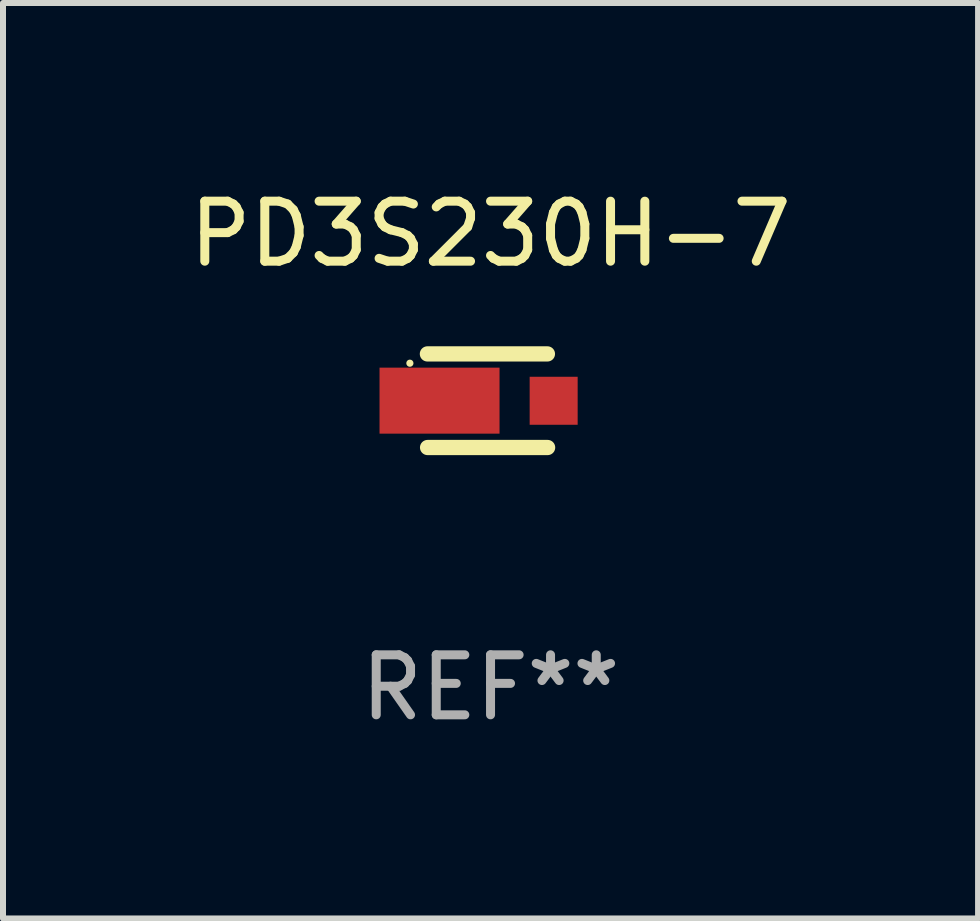
<source format=kicad_pcb>
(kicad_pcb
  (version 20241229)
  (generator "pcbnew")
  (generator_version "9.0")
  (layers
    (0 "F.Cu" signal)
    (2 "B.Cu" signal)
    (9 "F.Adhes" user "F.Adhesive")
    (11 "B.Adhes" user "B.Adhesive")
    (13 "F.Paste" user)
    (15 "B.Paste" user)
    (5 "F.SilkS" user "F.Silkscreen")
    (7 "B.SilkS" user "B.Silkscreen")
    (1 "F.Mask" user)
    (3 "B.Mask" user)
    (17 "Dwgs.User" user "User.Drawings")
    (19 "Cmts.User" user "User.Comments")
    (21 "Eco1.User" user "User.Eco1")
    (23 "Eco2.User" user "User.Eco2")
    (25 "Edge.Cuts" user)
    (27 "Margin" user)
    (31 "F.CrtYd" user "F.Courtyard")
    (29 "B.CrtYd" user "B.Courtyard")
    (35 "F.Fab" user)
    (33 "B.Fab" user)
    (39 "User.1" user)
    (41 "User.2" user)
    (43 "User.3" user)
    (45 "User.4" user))
  (footprint "PD3S230H-7"
    (layer "F.Cu")
    (at 5.125 3.628)
    (property "Reference" "PD3S230H-7" (at 0 -2.78 0) (layer "F.SilkS") (effects (font (size 1 1) (thickness 0.15))))
    (attr through_hole)
    (fp_line (start -1.049 0.78) (end 0.951 0.78) (stroke (width 0.254) (type solid)) (layer "F.SilkS"))
    (fp_line (start 0.948 -0.78) (end -1.052 -0.78) (stroke (width 0.254) (type solid)) (layer "F.SilkS"))
    (fp_circle (center -1.344 -0.625) (end -1.314 -0.625) (stroke (width 0.06) (type solid)) (fill no) (layer "F.SilkS"))
    (fp_text user "REF**" (at 0 4.78 0) (layer "F.Fab") (effects (font (size 1 1) (thickness 0.15))))
    (pad "1" smd rect (at -0.85 -0.001) (size 2 1.1) (layers "F.Cu" "F.Mask" "F.Paste"))
    (pad "2" smd rect (at 1.052 0.001) (size 0.8 0.8) (layers "F.Cu" "F.Mask" "F.Paste")))
  (gr_rect
    (start -3 -3)
    (end 13.25 12.257)
    (stroke (width 0.1) (type default))
    (fill no)
    (layer "Edge.Cuts")))
</source>
